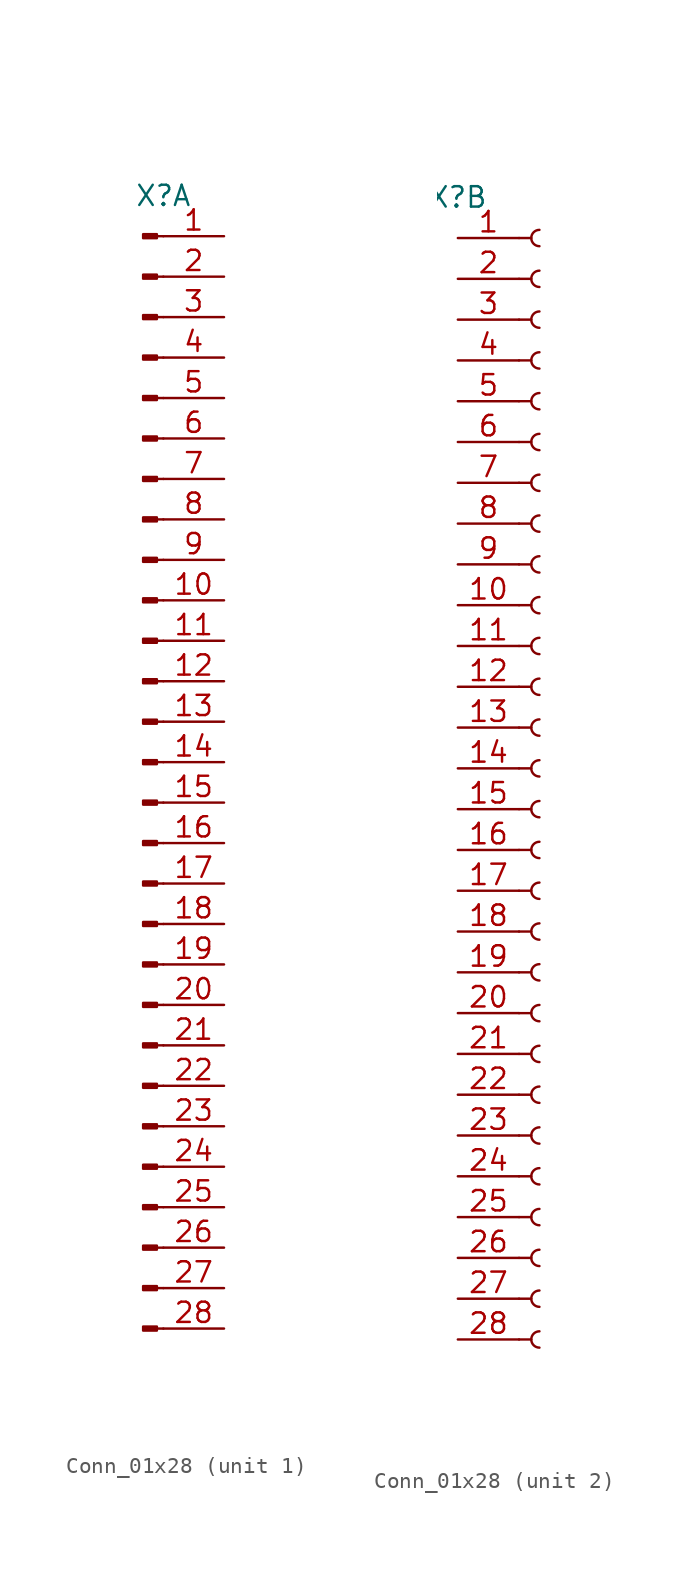
<source format=kicad_sym>
(kicad_symbol_lib
  (version 20241209)
  (generator "kicad_symbol_editor")
  (generator_version "9.0")
  (symbol "Conn_01x28"
    (pin_names
      (offset 1.016)
      (hide yes))
    (property "Reference" "X"
      (at 0 35.56 0)
      (effects (font (size 1.27 1.27))))
    (property "ki_locked" ""
      (at 0 0 0)
      (effects (font (size 1.27 1.27))))
    (symbol "Conn_01x28_1_1"
      (rectangle (start -0.406 33.147) (end -1.27 32.893) (stroke (width 0.152) (type default)) (fill (type outline)))
      (rectangle (start -0.406 30.607) (end -1.27 30.353) (stroke (width 0.152) (type default)) (fill (type outline)))
      (rectangle (start -0.406 28.067) (end -1.27 27.813) (stroke (width 0.152) (type default)) (fill (type outline)))
      (rectangle (start -0.406 25.527) (end -1.27 25.273) (stroke (width 0.152) (type default)) (fill (type outline)))
      (rectangle (start -0.406 22.987) (end -1.27 22.733) (stroke (width 0.152) (type default)) (fill (type outline)))
      (rectangle (start -0.406 20.447) (end -1.27 20.193) (stroke (width 0.152) (type default)) (fill (type outline)))
      (rectangle (start -0.406 17.907) (end -1.27 17.653) (stroke (width 0.152) (type default)) (fill (type outline)))
      (rectangle (start -0.406 15.367) (end -1.27 15.113) (stroke (width 0.152) (type default)) (fill (type outline)))
      (rectangle (start -0.406 12.827) (end -1.27 12.573) (stroke (width 0.152) (type default)) (fill (type outline)))
      (rectangle (start -0.406 10.287) (end -1.27 10.033) (stroke (width 0.152) (type default)) (fill (type outline)))
      (rectangle (start -0.406 7.747) (end -1.27 7.493) (stroke (width 0.152) (type default)) (fill (type outline)))
      (rectangle (start -0.406 5.207) (end -1.27 4.953) (stroke (width 0.152) (type default)) (fill (type outline)))
      (rectangle (start -0.406 2.667) (end -1.27 2.413) (stroke (width 0.152) (type default)) (fill (type outline)))
      (rectangle (start -0.406 0.127) (end -1.27 -0.127) (stroke (width 0.152) (type default)) (fill (type outline)))
      (rectangle (start -0.406 -2.413) (end -1.27 -2.667) (stroke (width 0.152) (type default)) (fill (type outline)))
      (rectangle (start -0.406 -4.953) (end -1.27 -5.207) (stroke (width 0.152) (type default)) (fill (type outline)))
      (rectangle (start -0.406 -7.493) (end -1.27 -7.747) (stroke (width 0.152) (type default)) (fill (type outline)))
      (rectangle (start -0.406 -10.033) (end -1.27 -10.287) (stroke (width 0.152) (type default)) (fill (type outline)))
      (rectangle (start -0.406 -12.573) (end -1.27 -12.827) (stroke (width 0.152) (type default)) (fill (type outline)))
      (rectangle (start -0.406 -15.113) (end -1.27 -15.367) (stroke (width 0.152) (type default)) (fill (type outline)))
      (rectangle (start -0.406 -17.653) (end -1.27 -17.907) (stroke (width 0.152) (type default)) (fill (type outline)))
      (rectangle (start -0.406 -20.193) (end -1.27 -20.447) (stroke (width 0.152) (type default)) (fill (type outline)))
      (rectangle (start -0.406 -22.733) (end -1.27 -22.987) (stroke (width 0.152) (type default)) (fill (type outline)))
      (rectangle (start -0.406 -25.273) (end -1.27 -25.527) (stroke (width 0.152) (type default)) (fill (type outline)))
      (rectangle (start -0.406 -27.813) (end -1.27 -28.067) (stroke (width 0.152) (type default)) (fill (type outline)))
      (rectangle (start -0.406 -30.353) (end -1.27 -30.607) (stroke (width 0.152) (type default)) (fill (type outline)))
      (rectangle (start -0.406 -32.893) (end -1.27 -33.147) (stroke (width 0.152) (type default)) (fill (type outline)))
      (rectangle (start -0.406 -35.433) (end -1.27 -35.687) (stroke (width 0.152) (type default)) (fill (type outline)))
      (polyline (pts (xy 0 33.02) (xy -0.406 33.02)) (stroke (width 0.152) (type default)) (fill (type none)))
      (polyline (pts (xy 0 30.48) (xy -0.406 30.48)) (stroke (width 0.152) (type default)) (fill (type none)))
      (polyline (pts (xy 0 27.94) (xy -0.406 27.94)) (stroke (width 0.152) (type default)) (fill (type none)))
      (polyline (pts (xy 0 25.4) (xy -0.406 25.4)) (stroke (width 0.152) (type default)) (fill (type none)))
      (polyline (pts (xy 0 22.86) (xy -0.406 22.86)) (stroke (width 0.152) (type default)) (fill (type none)))
      (polyline (pts (xy 0 20.32) (xy -0.406 20.32)) (stroke (width 0.152) (type default)) (fill (type none)))
      (polyline (pts (xy 0 17.78) (xy -0.406 17.78)) (stroke (width 0.152) (type default)) (fill (type none)))
      (polyline (pts (xy 0 15.24) (xy -0.406 15.24)) (stroke (width 0.152) (type default)) (fill (type none)))
      (polyline (pts (xy 0 12.7) (xy -0.406 12.7)) (stroke (width 0.152) (type default)) (fill (type none)))
      (polyline (pts (xy 0 10.16) (xy -0.406 10.16)) (stroke (width 0.152) (type default)) (fill (type none)))
      (polyline (pts (xy 0 7.62) (xy -0.406 7.62)) (stroke (width 0.152) (type default)) (fill (type none)))
      (polyline (pts (xy 0 5.08) (xy -0.406 5.08)) (stroke (width 0.152) (type default)) (fill (type none)))
      (polyline (pts (xy 0 2.54) (xy -0.406 2.54)) (stroke (width 0.152) (type default)) (fill (type none)))
      (polyline (pts (xy 0 0) (xy -0.406 0)) (stroke (width 0.152) (type default)) (fill (type none)))
      (polyline (pts (xy 0 -2.54) (xy -0.406 -2.54)) (stroke (width 0.152) (type default)) (fill (type none)))
      (polyline (pts (xy 0 -5.08) (xy -0.406 -5.08)) (stroke (width 0.152) (type default)) (fill (type none)))
      (polyline (pts (xy 0 -7.62) (xy -0.406 -7.62)) (stroke (width 0.152) (type default)) (fill (type none)))
      (polyline (pts (xy 0 -10.16) (xy -0.406 -10.16)) (stroke (width 0.152) (type default)) (fill (type none)))
      (polyline (pts (xy 0 -12.7) (xy -0.406 -12.7)) (stroke (width 0.152) (type default)) (fill (type none)))
      (polyline (pts (xy 0 -15.24) (xy -0.406 -15.24)) (stroke (width 0.152) (type default)) (fill (type none)))
      (polyline (pts (xy 0 -17.78) (xy -0.406 -17.78)) (stroke (width 0.152) (type default)) (fill (type none)))
      (polyline (pts (xy 0 -20.32) (xy -0.406 -20.32)) (stroke (width 0.152) (type default)) (fill (type none)))
      (polyline (pts (xy 0 -22.86) (xy -0.406 -22.86)) (stroke (width 0.152) (type default)) (fill (type none)))
      (polyline (pts (xy 0 -25.4) (xy -0.406 -25.4)) (stroke (width 0.152) (type default)) (fill (type none)))
      (polyline (pts (xy 0 -27.94) (xy -0.406 -27.94)) (stroke (width 0.152) (type default)) (fill (type none)))
      (polyline (pts (xy 0 -30.48) (xy -0.406 -30.48)) (stroke (width 0.152) (type default)) (fill (type none)))
      (polyline (pts (xy 0 -33.02) (xy -0.406 -33.02)) (stroke (width 0.152) (type default)) (fill (type none)))
      (polyline (pts (xy 0 -35.56) (xy -0.406 -35.56)) (stroke (width 0.152) (type default)) (fill (type none)))
      (pin passive line (at 3.81 33.02 180) (length 3.81) (name "Pin_1" (effects (font (size 1.27 1.27)))) (number "1" (effects (font (size 1.27 1.27)))))
      (pin passive line (at 3.81 30.48 180) (length 3.81) (name "Pin_2" (effects (font (size 1.27 1.27)))) (number "2" (effects (font (size 1.27 1.27)))))
      (pin passive line (at 3.81 27.94 180) (length 3.81) (name "Pin_3" (effects (font (size 1.27 1.27)))) (number "3" (effects (font (size 1.27 1.27)))))
      (pin passive line (at 3.81 25.4 180) (length 3.81) (name "Pin_4" (effects (font (size 1.27 1.27)))) (number "4" (effects (font (size 1.27 1.27)))))
      (pin passive line (at 3.81 22.86 180) (length 3.81) (name "Pin_5" (effects (font (size 1.27 1.27)))) (number "5" (effects (font (size 1.27 1.27)))))
      (pin passive line (at 3.81 20.32 180) (length 3.81) (name "Pin_6" (effects (font (size 1.27 1.27)))) (number "6" (effects (font (size 1.27 1.27)))))
      (pin passive line (at 3.81 17.78 180) (length 3.81) (name "Pin_7" (effects (font (size 1.27 1.27)))) (number "7" (effects (font (size 1.27 1.27)))))
      (pin passive line (at 3.81 15.24 180) (length 3.81) (name "Pin_8" (effects (font (size 1.27 1.27)))) (number "8" (effects (font (size 1.27 1.27)))))
      (pin passive line (at 3.81 12.7 180) (length 3.81) (name "Pin_9" (effects (font (size 1.27 1.27)))) (number "9" (effects (font (size 1.27 1.27)))))
      (pin passive line (at 3.81 10.16 180) (length 3.81) (name "Pin_10" (effects (font (size 1.27 1.27)))) (number "10" (effects (font (size 1.27 1.27)))))
      (pin passive line (at 3.81 7.62 180) (length 3.81) (name "Pin_11" (effects (font (size 1.27 1.27)))) (number "11" (effects (font (size 1.27 1.27)))))
      (pin passive line (at 3.81 5.08 180) (length 3.81) (name "Pin_12" (effects (font (size 1.27 1.27)))) (number "12" (effects (font (size 1.27 1.27)))))
      (pin passive line (at 3.81 2.54 180) (length 3.81) (name "Pin_13" (effects (font (size 1.27 1.27)))) (number "13" (effects (font (size 1.27 1.27)))))
      (pin passive line (at 3.81 0 180) (length 3.81) (name "Pin_14" (effects (font (size 1.27 1.27)))) (number "14" (effects (font (size 1.27 1.27)))))
      (pin passive line (at 3.81 -2.54 180) (length 3.81) (name "Pin_15" (effects (font (size 1.27 1.27)))) (number "15" (effects (font (size 1.27 1.27)))))
      (pin passive line (at 3.81 -5.08 180) (length 3.81) (name "Pin_16" (effects (font (size 1.27 1.27)))) (number "16" (effects (font (size 1.27 1.27)))))
      (pin passive line (at 3.81 -7.62 180) (length 3.81) (name "Pin_17" (effects (font (size 1.27 1.27)))) (number "17" (effects (font (size 1.27 1.27)))))
      (pin passive line (at 3.81 -10.16 180) (length 3.81) (name "Pin_18" (effects (font (size 1.27 1.27)))) (number "18" (effects (font (size 1.27 1.27)))))
      (pin passive line (at 3.81 -12.7 180) (length 3.81) (name "Pin_19" (effects (font (size 1.27 1.27)))) (number "19" (effects (font (size 1.27 1.27)))))
      (pin passive line (at 3.81 -15.24 180) (length 3.81) (name "Pin_20" (effects (font (size 1.27 1.27)))) (number "20" (effects (font (size 1.27 1.27)))))
      (pin passive line (at 3.81 -17.78 180) (length 3.81) (name "Pin_21" (effects (font (size 1.27 1.27)))) (number "21" (effects (font (size 1.27 1.27)))))
      (pin passive line (at 3.81 -20.32 180) (length 3.81) (name "Pin_22" (effects (font (size 1.27 1.27)))) (number "22" (effects (font (size 1.27 1.27)))))
      (pin passive line (at 3.81 -22.86 180) (length 3.81) (name "Pin_23" (effects (font (size 1.27 1.27)))) (number "23" (effects (font (size 1.27 1.27)))))
      (pin passive line (at 3.81 -25.4 180) (length 3.81) (name "Pin_24" (effects (font (size 1.27 1.27)))) (number "24" (effects (font (size 1.27 1.27)))))
      (pin passive line (at 3.81 -27.94 180) (length 3.81) (name "Pin_25" (effects (font (size 1.27 1.27)))) (number "25" (effects (font (size 1.27 1.27)))))
      (pin passive line (at 3.81 -30.48 180) (length 3.81) (name "Pin_26" (effects (font (size 1.27 1.27)))) (number "26" (effects (font (size 1.27 1.27)))))
      (pin passive line (at 3.81 -33.02 180) (length 3.81) (name "Pin_27" (effects (font (size 1.27 1.27)))) (number "27" (effects (font (size 1.27 1.27)))))
      (pin passive line (at 3.81 -35.56 180) (length 3.81) (name "Pin_28" (effects (font (size 1.27 1.27)))) (number "28" (effects (font (size 1.27 1.27))))))
    (symbol "Conn_01x28_2_1"
      (polyline (pts (xy 3.81 33.02) (xy 4.572 33.02)) (stroke (width 0.152) (type default)) (fill (type none)))
      (polyline (pts (xy 3.81 30.48) (xy 4.572 30.48)) (stroke (width 0.152) (type default)) (fill (type none)))
      (polyline (pts (xy 3.81 27.94) (xy 4.572 27.94)) (stroke (width 0.152) (type default)) (fill (type none)))
      (polyline (pts (xy 3.81 25.4) (xy 4.572 25.4)) (stroke (width 0.152) (type default)) (fill (type none)))
      (polyline (pts (xy 3.81 22.86) (xy 4.572 22.86)) (stroke (width 0.152) (type default)) (fill (type none)))
      (polyline (pts (xy 3.81 20.32) (xy 4.572 20.32)) (stroke (width 0.152) (type default)) (fill (type none)))
      (polyline (pts (xy 3.81 17.78) (xy 4.572 17.78)) (stroke (width 0.152) (type default)) (fill (type none)))
      (polyline (pts (xy 3.81 15.24) (xy 4.572 15.24)) (stroke (width 0.152) (type default)) (fill (type none)))
      (polyline (pts (xy 3.81 12.7) (xy 4.572 12.7)) (stroke (width 0.152) (type default)) (fill (type none)))
      (polyline (pts (xy 3.81 10.16) (xy 4.572 10.16)) (stroke (width 0.152) (type default)) (fill (type none)))
      (polyline (pts (xy 3.81 7.62) (xy 4.572 7.62)) (stroke (width 0.152) (type default)) (fill (type none)))
      (polyline (pts (xy 3.81 5.08) (xy 4.572 5.08)) (stroke (width 0.152) (type default)) (fill (type none)))
      (polyline (pts (xy 3.81 2.54) (xy 4.572 2.54)) (stroke (width 0.152) (type default)) (fill (type none)))
      (polyline (pts (xy 3.81 0) (xy 4.572 0)) (stroke (width 0.152) (type default)) (fill (type none)))
      (polyline (pts (xy 3.81 -2.54) (xy 4.572 -2.54)) (stroke (width 0.152) (type default)) (fill (type none)))
      (polyline (pts (xy 3.81 -5.08) (xy 4.572 -5.08)) (stroke (width 0.152) (type default)) (fill (type none)))
      (polyline (pts (xy 3.81 -7.62) (xy 4.572 -7.62)) (stroke (width 0.152) (type default)) (fill (type none)))
      (polyline (pts (xy 3.81 -10.16) (xy 4.572 -10.16)) (stroke (width 0.152) (type default)) (fill (type none)))
      (polyline (pts (xy 3.81 -12.7) (xy 4.572 -12.7)) (stroke (width 0.152) (type default)) (fill (type none)))
      (polyline (pts (xy 3.81 -15.24) (xy 4.572 -15.24)) (stroke (width 0.152) (type default)) (fill (type none)))
      (polyline (pts (xy 3.81 -17.78) (xy 4.572 -17.78)) (stroke (width 0.152) (type default)) (fill (type none)))
      (polyline (pts (xy 3.81 -20.32) (xy 4.572 -20.32)) (stroke (width 0.152) (type default)) (fill (type none)))
      (polyline (pts (xy 3.81 -22.86) (xy 4.572 -22.86)) (stroke (width 0.152) (type default)) (fill (type none)))
      (polyline (pts (xy 3.81 -25.4) (xy 4.572 -25.4)) (stroke (width 0.152) (type default)) (fill (type none)))
      (polyline (pts (xy 3.81 -27.94) (xy 4.572 -27.94)) (stroke (width 0.152) (type default)) (fill (type none)))
      (polyline (pts (xy 3.81 -30.48) (xy 4.572 -30.48)) (stroke (width 0.152) (type default)) (fill (type none)))
      (polyline (pts (xy 3.81 -33.02) (xy 4.572 -33.02)) (stroke (width 0.152) (type default)) (fill (type none)))
      (polyline (pts (xy 3.81 -35.56) (xy 4.572 -35.56)) (stroke (width 0.152) (type default)) (fill (type none)))
      (arc (start 5.08 32.512) (mid 4.5742 33.02) (end 5.08 33.528) (stroke (width 0.1524) (type default)) (fill (type none)))
      (arc (start 5.08 29.972) (mid 4.5742 30.48) (end 5.08 30.988) (stroke (width 0.1524) (type default)) (fill (type none)))
      (arc (start 5.08 27.432) (mid 4.5742 27.94) (end 5.08 28.448) (stroke (width 0.1524) (type default)) (fill (type none)))
      (arc (start 5.08 24.892) (mid 4.5742 25.4) (end 5.08 25.908) (stroke (width 0.1524) (type default)) (fill (type none)))
      (arc (start 5.08 22.352) (mid 4.5742 22.86) (end 5.08 23.368) (stroke (width 0.1524) (type default)) (fill (type none)))
      (arc (start 5.08 19.812) (mid 4.5742 20.32) (end 5.08 20.828) (stroke (width 0.1524) (type default)) (fill (type none)))
      (arc (start 5.08 17.272) (mid 4.5742 17.78) (end 5.08 18.288) (stroke (width 0.1524) (type default)) (fill (type none)))
      (arc (start 5.08 14.732) (mid 4.5742 15.24) (end 5.08 15.748) (stroke (width 0.1524) (type default)) (fill (type none)))
      (arc (start 5.08 12.192) (mid 4.5742 12.7) (end 5.08 13.208) (stroke (width 0.1524) (type default)) (fill (type none)))
      (arc (start 5.08 9.652) (mid 4.5742 10.16) (end 5.08 10.668) (stroke (width 0.1524) (type default)) (fill (type none)))
      (arc (start 5.08 7.112) (mid 4.5742 7.62) (end 5.08 8.128) (stroke (width 0.1524) (type default)) (fill (type none)))
      (arc (start 5.08 4.572) (mid 4.5742 5.08) (end 5.08 5.588) (stroke (width 0.1524) (type default)) (fill (type none)))
      (arc (start 5.08 2.032) (mid 4.5742 2.54) (end 5.08 3.048) (stroke (width 0.1524) (type default)) (fill (type none)))
      (arc (start 5.08 -0.508) (mid 4.5742 0) (end 5.08 0.508) (stroke (width 0.1524) (type default)) (fill (type none)))
      (arc (start 5.08 -3.048) (mid 4.5742 -2.54) (end 5.08 -2.032) (stroke (width 0.1524) (type default)) (fill (type none)))
      (arc (start 5.08 -5.588) (mid 4.5742 -5.08) (end 5.08 -4.572) (stroke (width 0.1524) (type default)) (fill (type none)))
      (arc (start 5.08 -8.128) (mid 4.5742 -7.62) (end 5.08 -7.112) (stroke (width 0.1524) (type default)) (fill (type none)))
      (arc (start 5.08 -10.668) (mid 4.5742 -10.16) (end 5.08 -9.652) (stroke (width 0.1524) (type default)) (fill (type none)))
      (arc (start 5.08 -13.208) (mid 4.5742 -12.7) (end 5.08 -12.192) (stroke (width 0.1524) (type default)) (fill (type none)))
      (arc (start 5.08 -15.748) (mid 4.5742 -15.24) (end 5.08 -14.732) (stroke (width 0.1524) (type default)) (fill (type none)))
      (arc (start 5.08 -18.288) (mid 4.5742 -17.78) (end 5.08 -17.272) (stroke (width 0.1524) (type default)) (fill (type none)))
      (arc (start 5.08 -20.828) (mid 4.5742 -20.32) (end 5.08 -19.812) (stroke (width 0.1524) (type default)) (fill (type none)))
      (arc (start 5.08 -23.368) (mid 4.5742 -22.86) (end 5.08 -22.352) (stroke (width 0.1524) (type default)) (fill (type none)))
      (arc (start 5.08 -25.908) (mid 4.5742 -25.4) (end 5.08 -24.892) (stroke (width 0.1524) (type default)) (fill (type none)))
      (arc (start 5.08 -28.448) (mid 4.5742 -27.94) (end 5.08 -27.432) (stroke (width 0.1524) (type default)) (fill (type none)))
      (arc (start 5.08 -30.988) (mid 4.5742 -30.48) (end 5.08 -29.972) (stroke (width 0.1524) (type default)) (fill (type none)))
      (arc (start 5.08 -33.528) (mid 4.5742 -33.02) (end 5.08 -32.512) (stroke (width 0.1524) (type default)) (fill (type none)))
      (arc (start 5.08 -36.068) (mid 4.5742 -35.56) (end 5.08 -35.052) (stroke (width 0.1524) (type default)) (fill (type none)))
      (pin passive line (at 0 33.02 0) (length 3.81) (name "Pin_1" (effects (font (size 1.27 1.27)))) (number "1" (effects (font (size 1.27 1.27)))))
      (pin passive line (at 0 30.48 0) (length 3.81) (name "Pin_2" (effects (font (size 1.27 1.27)))) (number "2" (effects (font (size 1.27 1.27)))))
      (pin passive line (at 0 27.94 0) (length 3.81) (name "Pin_3" (effects (font (size 1.27 1.27)))) (number "3" (effects (font (size 1.27 1.27)))))
      (pin passive line (at 0 25.4 0) (length 3.81) (name "Pin_4" (effects (font (size 1.27 1.27)))) (number "4" (effects (font (size 1.27 1.27)))))
      (pin passive line (at 0 22.86 0) (length 3.81) (name "Pin_5" (effects (font (size 1.27 1.27)))) (number "5" (effects (font (size 1.27 1.27)))))
      (pin passive line (at 0 20.32 0) (length 3.81) (name "Pin_6" (effects (font (size 1.27 1.27)))) (number "6" (effects (font (size 1.27 1.27)))))
      (pin passive line (at 0 17.78 0) (length 3.81) (name "Pin_7" (effects (font (size 1.27 1.27)))) (number "7" (effects (font (size 1.27 1.27)))))
      (pin passive line (at 0 15.24 0) (length 3.81) (name "Pin_8" (effects (font (size 1.27 1.27)))) (number "8" (effects (font (size 1.27 1.27)))))
      (pin passive line (at 0 12.7 0) (length 3.81) (name "Pin_9" (effects (font (size 1.27 1.27)))) (number "9" (effects (font (size 1.27 1.27)))))
      (pin passive line (at 0 10.16 0) (length 3.81) (name "Pin_10" (effects (font (size 1.27 1.27)))) (number "10" (effects (font (size 1.27 1.27)))))
      (pin passive line (at 0 7.62 0) (length 3.81) (name "Pin_11" (effects (font (size 1.27 1.27)))) (number "11" (effects (font (size 1.27 1.27)))))
      (pin passive line (at 0 5.08 0) (length 3.81) (name "Pin_12" (effects (font (size 1.27 1.27)))) (number "12" (effects (font (size 1.27 1.27)))))
      (pin passive line (at 0 2.54 0) (length 3.81) (name "Pin_13" (effects (font (size 1.27 1.27)))) (number "13" (effects (font (size 1.27 1.27)))))
      (pin passive line (at 0 0 0) (length 3.81) (name "Pin_14" (effects (font (size 1.27 1.27)))) (number "14" (effects (font (size 1.27 1.27)))))
      (pin passive line (at 0 -2.54 0) (length 3.81) (name "Pin_15" (effects (font (size 1.27 1.27)))) (number "15" (effects (font (size 1.27 1.27)))))
      (pin passive line (at 0 -5.08 0) (length 3.81) (name "Pin_16" (effects (font (size 1.27 1.27)))) (number "16" (effects (font (size 1.27 1.27)))))
      (pin passive line (at 0 -7.62 0) (length 3.81) (name "Pin_17" (effects (font (size 1.27 1.27)))) (number "17" (effects (font (size 1.27 1.27)))))
      (pin passive line (at 0 -10.16 0) (length 3.81) (name "Pin_18" (effects (font (size 1.27 1.27)))) (number "18" (effects (font (size 1.27 1.27)))))
      (pin passive line (at 0 -12.7 0) (length 3.81) (name "Pin_19" (effects (font (size 1.27 1.27)))) (number "19" (effects (font (size 1.27 1.27)))))
      (pin passive line (at 0 -15.24 0) (length 3.81) (name "Pin_20" (effects (font (size 1.27 1.27)))) (number "20" (effects (font (size 1.27 1.27)))))
      (pin passive line (at 0 -17.78 0) (length 3.81) (name "Pin_21" (effects (font (size 1.27 1.27)))) (number "21" (effects (font (size 1.27 1.27)))))
      (pin passive line (at 0 -20.32 0) (length 3.81) (name "Pin_22" (effects (font (size 1.27 1.27)))) (number "22" (effects (font (size 1.27 1.27)))))
      (pin passive line (at 0 -22.86 0) (length 3.81) (name "Pin_23" (effects (font (size 1.27 1.27)))) (number "23" (effects (font (size 1.27 1.27)))))
      (pin passive line (at 0 -25.4 0) (length 3.81) (name "Pin_24" (effects (font (size 1.27 1.27)))) (number "24" (effects (font (size 1.27 1.27)))))
      (pin passive line (at 0 -27.94 0) (length 3.81) (name "Pin_25" (effects (font (size 1.27 1.27)))) (number "25" (effects (font (size 1.27 1.27)))))
      (pin passive line (at 0 -30.48 0) (length 3.81) (name "Pin_26" (effects (font (size 1.27 1.27)))) (number "26" (effects (font (size 1.27 1.27)))))
      (pin passive line (at 0 -33.02 0) (length 3.81) (name "Pin_27" (effects (font (size 1.27 1.27)))) (number "27" (effects (font (size 1.27 1.27)))))
      (pin passive line (at 0 -35.56 0) (length 3.81) (name "Pin_28" (effects (font (size 1.27 1.27)))) (number "28" (effects (font (size 1.27 1.27))))))))
</source>
